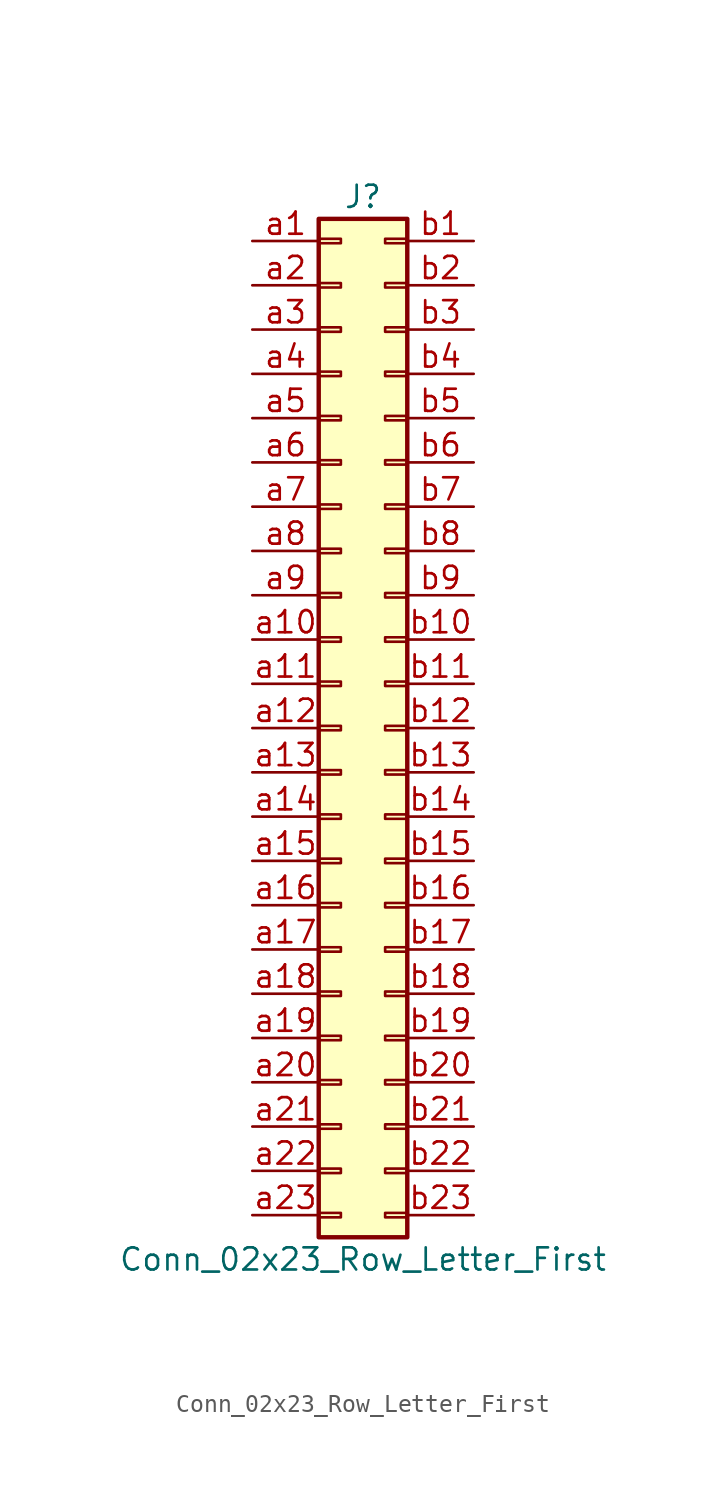
<source format=kicad_sym>
(kicad_symbol_lib
  (version 20220914)
  (generator kicad_symbol_editor)
  (symbol "Conn_02x23_Row_Letter_First"
    (pin_names
      (offset 1.016) hide)
    (property "Reference" "J"
      (at 1.27 30.48 0)
      (effects (font (size 1.27 1.27))))
    (property "Value" "Conn_02x23_Row_Letter_First"
      (at 1.27 -30.48 0)
      (effects (font (size 1.27 1.27))))
    (symbol "Conn_02x23_Row_Letter_First_1_1"
      (rectangle (start -1.27 -27.813) (end 0 -28.067) (stroke (width 0.152) (type solid)) (fill (type none)))
      (rectangle (start -1.27 -25.273) (end 0 -25.527) (stroke (width 0.152) (type solid)) (fill (type none)))
      (rectangle (start -1.27 -22.733) (end 0 -22.987) (stroke (width 0.152) (type solid)) (fill (type none)))
      (rectangle (start -1.27 -20.193) (end 0 -20.447) (stroke (width 0.152) (type solid)) (fill (type none)))
      (rectangle (start -1.27 -17.653) (end 0 -17.907) (stroke (width 0.152) (type solid)) (fill (type none)))
      (rectangle (start -1.27 -15.113) (end 0 -15.367) (stroke (width 0.152) (type solid)) (fill (type none)))
      (rectangle (start -1.27 -12.573) (end 0 -12.827) (stroke (width 0.152) (type solid)) (fill (type none)))
      (rectangle (start -1.27 -10.033) (end 0 -10.287) (stroke (width 0.152) (type solid)) (fill (type none)))
      (rectangle (start -1.27 -7.493) (end 0 -7.747) (stroke (width 0.152) (type solid)) (fill (type none)))
      (rectangle (start -1.27 -4.953) (end 0 -5.207) (stroke (width 0.152) (type solid)) (fill (type none)))
      (rectangle (start -1.27 -2.413) (end 0 -2.667) (stroke (width 0.152) (type solid)) (fill (type none)))
      (rectangle (start -1.27 0.127) (end 0 -0.127) (stroke (width 0.152) (type solid)) (fill (type none)))
      (rectangle (start -1.27 2.667) (end 0 2.413) (stroke (width 0.152) (type solid)) (fill (type none)))
      (rectangle (start -1.27 5.207) (end 0 4.953) (stroke (width 0.152) (type solid)) (fill (type none)))
      (rectangle (start -1.27 7.747) (end 0 7.493) (stroke (width 0.152) (type solid)) (fill (type none)))
      (rectangle (start -1.27 10.287) (end 0 10.033) (stroke (width 0.152) (type solid)) (fill (type none)))
      (rectangle (start -1.27 12.827) (end 0 12.573) (stroke (width 0.152) (type solid)) (fill (type none)))
      (rectangle (start -1.27 15.367) (end 0 15.113) (stroke (width 0.152) (type solid)) (fill (type none)))
      (rectangle (start -1.27 17.907) (end 0 17.653) (stroke (width 0.152) (type solid)) (fill (type none)))
      (rectangle (start -1.27 20.447) (end 0 20.193) (stroke (width 0.152) (type solid)) (fill (type none)))
      (rectangle (start -1.27 22.987) (end 0 22.733) (stroke (width 0.152) (type solid)) (fill (type none)))
      (rectangle (start -1.27 25.527) (end 0 25.273) (stroke (width 0.152) (type solid)) (fill (type none)))
      (rectangle (start -1.27 28.067) (end 0 27.813) (stroke (width 0.152) (type solid)) (fill (type none)))
      (rectangle (start -1.27 29.21) (end 3.81 -29.21) (stroke (width 0.254) (type solid)) (fill (type background)))
      (rectangle (start 3.81 -27.813) (end 2.54 -28.067) (stroke (width 0.152) (type solid)) (fill (type none)))
      (rectangle (start 3.81 -25.273) (end 2.54 -25.527) (stroke (width 0.152) (type solid)) (fill (type none)))
      (rectangle (start 3.81 -22.733) (end 2.54 -22.987) (stroke (width 0.152) (type solid)) (fill (type none)))
      (rectangle (start 3.81 -20.193) (end 2.54 -20.447) (stroke (width 0.152) (type solid)) (fill (type none)))
      (rectangle (start 3.81 -17.653) (end 2.54 -17.907) (stroke (width 0.152) (type solid)) (fill (type none)))
      (rectangle (start 3.81 -15.113) (end 2.54 -15.367) (stroke (width 0.152) (type solid)) (fill (type none)))
      (rectangle (start 3.81 -12.573) (end 2.54 -12.827) (stroke (width 0.152) (type solid)) (fill (type none)))
      (rectangle (start 3.81 -10.033) (end 2.54 -10.287) (stroke (width 0.152) (type solid)) (fill (type none)))
      (rectangle (start 3.81 -7.493) (end 2.54 -7.747) (stroke (width 0.152) (type solid)) (fill (type none)))
      (rectangle (start 3.81 -4.953) (end 2.54 -5.207) (stroke (width 0.152) (type solid)) (fill (type none)))
      (rectangle (start 3.81 -2.413) (end 2.54 -2.667) (stroke (width 0.152) (type solid)) (fill (type none)))
      (rectangle (start 3.81 0.127) (end 2.54 -0.127) (stroke (width 0.152) (type solid)) (fill (type none)))
      (rectangle (start 3.81 2.667) (end 2.54 2.413) (stroke (width 0.152) (type solid)) (fill (type none)))
      (rectangle (start 3.81 5.207) (end 2.54 4.953) (stroke (width 0.152) (type solid)) (fill (type none)))
      (rectangle (start 3.81 7.747) (end 2.54 7.493) (stroke (width 0.152) (type solid)) (fill (type none)))
      (rectangle (start 3.81 10.287) (end 2.54 10.033) (stroke (width 0.152) (type solid)) (fill (type none)))
      (rectangle (start 3.81 12.827) (end 2.54 12.573) (stroke (width 0.152) (type solid)) (fill (type none)))
      (rectangle (start 3.81 15.367) (end 2.54 15.113) (stroke (width 0.152) (type solid)) (fill (type none)))
      (rectangle (start 3.81 17.907) (end 2.54 17.653) (stroke (width 0.152) (type solid)) (fill (type none)))
      (rectangle (start 3.81 20.447) (end 2.54 20.193) (stroke (width 0.152) (type solid)) (fill (type none)))
      (rectangle (start 3.81 22.987) (end 2.54 22.733) (stroke (width 0.152) (type solid)) (fill (type none)))
      (rectangle (start 3.81 25.527) (end 2.54 25.273) (stroke (width 0.152) (type solid)) (fill (type none)))
      (rectangle (start 3.81 28.067) (end 2.54 27.813) (stroke (width 0.152) (type solid)) (fill (type none)))
      (pin passive line (at -5.08 27.94 0) (length 3.81) (name "Pin_a1" (effects (font (size 1.27 1.27)))) (number "a1" (effects (font (size 1.27 1.27)))))
      (pin passive line (at -5.08 5.08 0) (length 3.81) (name "Pin_a10" (effects (font (size 1.27 1.27)))) (number "a10" (effects (font (size 1.27 1.27)))))
      (pin passive line (at -5.08 2.54 0) (length 3.81) (name "Pin_a11" (effects (font (size 1.27 1.27)))) (number "a11" (effects (font (size 1.27 1.27)))))
      (pin passive line (at -5.08 0 0) (length 3.81) (name "Pin_a12" (effects (font (size 1.27 1.27)))) (number "a12" (effects (font (size 1.27 1.27)))))
      (pin passive line (at -5.08 -2.54 0) (length 3.81) (name "Pin_a13" (effects (font (size 1.27 1.27)))) (number "a13" (effects (font (size 1.27 1.27)))))
      (pin passive line (at -5.08 -5.08 0) (length 3.81) (name "Pin_a14" (effects (font (size 1.27 1.27)))) (number "a14" (effects (font (size 1.27 1.27)))))
      (pin passive line (at -5.08 -7.62 0) (length 3.81) (name "Pin_a15" (effects (font (size 1.27 1.27)))) (number "a15" (effects (font (size 1.27 1.27)))))
      (pin passive line (at -5.08 -10.16 0) (length 3.81) (name "Pin_a16" (effects (font (size 1.27 1.27)))) (number "a16" (effects (font (size 1.27 1.27)))))
      (pin passive line (at -5.08 -12.7 0) (length 3.81) (name "Pin_a17" (effects (font (size 1.27 1.27)))) (number "a17" (effects (font (size 1.27 1.27)))))
      (pin passive line (at -5.08 -15.24 0) (length 3.81) (name "Pin_a18" (effects (font (size 1.27 1.27)))) (number "a18" (effects (font (size 1.27 1.27)))))
      (pin passive line (at -5.08 -17.78 0) (length 3.81) (name "Pin_a19" (effects (font (size 1.27 1.27)))) (number "a19" (effects (font (size 1.27 1.27)))))
      (pin passive line (at -5.08 25.4 0) (length 3.81) (name "Pin_a2" (effects (font (size 1.27 1.27)))) (number "a2" (effects (font (size 1.27 1.27)))))
      (pin passive line (at -5.08 -20.32 0) (length 3.81) (name "Pin_a20" (effects (font (size 1.27 1.27)))) (number "a20" (effects (font (size 1.27 1.27)))))
      (pin passive line (at -5.08 -22.86 0) (length 3.81) (name "Pin_a21" (effects (font (size 1.27 1.27)))) (number "a21" (effects (font (size 1.27 1.27)))))
      (pin passive line (at -5.08 -25.4 0) (length 3.81) (name "Pin_a22" (effects (font (size 1.27 1.27)))) (number "a22" (effects (font (size 1.27 1.27)))))
      (pin passive line (at -5.08 -27.94 0) (length 3.81) (name "Pin_a23" (effects (font (size 1.27 1.27)))) (number "a23" (effects (font (size 1.27 1.27)))))
      (pin passive line (at -5.08 22.86 0) (length 3.81) (name "Pin_a3" (effects (font (size 1.27 1.27)))) (number "a3" (effects (font (size 1.27 1.27)))))
      (pin passive line (at -5.08 20.32 0) (length 3.81) (name "Pin_a4" (effects (font (size 1.27 1.27)))) (number "a4" (effects (font (size 1.27 1.27)))))
      (pin passive line (at -5.08 17.78 0) (length 3.81) (name "Pin_a5" (effects (font (size 1.27 1.27)))) (number "a5" (effects (font (size 1.27 1.27)))))
      (pin passive line (at -5.08 15.24 0) (length 3.81) (name "Pin_a6" (effects (font (size 1.27 1.27)))) (number "a6" (effects (font (size 1.27 1.27)))))
      (pin passive line (at -5.08 12.7 0) (length 3.81) (name "Pin_a7" (effects (font (size 1.27 1.27)))) (number "a7" (effects (font (size 1.27 1.27)))))
      (pin passive line (at -5.08 10.16 0) (length 3.81) (name "Pin_a8" (effects (font (size 1.27 1.27)))) (number "a8" (effects (font (size 1.27 1.27)))))
      (pin passive line (at -5.08 7.62 0) (length 3.81) (name "Pin_a9" (effects (font (size 1.27 1.27)))) (number "a9" (effects (font (size 1.27 1.27)))))
      (pin passive line (at 7.62 27.94 180) (length 3.81) (name "Pin_b1" (effects (font (size 1.27 1.27)))) (number "b1" (effects (font (size 1.27 1.27)))))
      (pin passive line (at 7.62 5.08 180) (length 3.81) (name "Pin_b10" (effects (font (size 1.27 1.27)))) (number "b10" (effects (font (size 1.27 1.27)))))
      (pin passive line (at 7.62 2.54 180) (length 3.81) (name "Pin_b11" (effects (font (size 1.27 1.27)))) (number "b11" (effects (font (size 1.27 1.27)))))
      (pin passive line (at 7.62 0 180) (length 3.81) (name "Pin_b12" (effects (font (size 1.27 1.27)))) (number "b12" (effects (font (size 1.27 1.27)))))
      (pin passive line (at 7.62 -2.54 180) (length 3.81) (name "Pin_b13" (effects (font (size 1.27 1.27)))) (number "b13" (effects (font (size 1.27 1.27)))))
      (pin passive line (at 7.62 -5.08 180) (length 3.81) (name "Pin_b14" (effects (font (size 1.27 1.27)))) (number "b14" (effects (font (size 1.27 1.27)))))
      (pin passive line (at 7.62 -7.62 180) (length 3.81) (name "Pin_b15" (effects (font (size 1.27 1.27)))) (number "b15" (effects (font (size 1.27 1.27)))))
      (pin passive line (at 7.62 -10.16 180) (length 3.81) (name "Pin_b16" (effects (font (size 1.27 1.27)))) (number "b16" (effects (font (size 1.27 1.27)))))
      (pin passive line (at 7.62 -12.7 180) (length 3.81) (name "Pin_b17" (effects (font (size 1.27 1.27)))) (number "b17" (effects (font (size 1.27 1.27)))))
      (pin passive line (at 7.62 -15.24 180) (length 3.81) (name "Pin_b18" (effects (font (size 1.27 1.27)))) (number "b18" (effects (font (size 1.27 1.27)))))
      (pin passive line (at 7.62 -17.78 180) (length 3.81) (name "Pin_b19" (effects (font (size 1.27 1.27)))) (number "b19" (effects (font (size 1.27 1.27)))))
      (pin passive line (at 7.62 25.4 180) (length 3.81) (name "Pin_b2" (effects (font (size 1.27 1.27)))) (number "b2" (effects (font (size 1.27 1.27)))))
      (pin passive line (at 7.62 -20.32 180) (length 3.81) (name "Pin_b20" (effects (font (size 1.27 1.27)))) (number "b20" (effects (font (size 1.27 1.27)))))
      (pin passive line (at 7.62 -22.86 180) (length 3.81) (name "Pin_b21" (effects (font (size 1.27 1.27)))) (number "b21" (effects (font (size 1.27 1.27)))))
      (pin passive line (at 7.62 -25.4 180) (length 3.81) (name "Pin_b22" (effects (font (size 1.27 1.27)))) (number "b22" (effects (font (size 1.27 1.27)))))
      (pin passive line (at 7.62 -27.94 180) (length 3.81) (name "Pin_b23" (effects (font (size 1.27 1.27)))) (number "b23" (effects (font (size 1.27 1.27)))))
      (pin passive line (at 7.62 22.86 180) (length 3.81) (name "Pin_b3" (effects (font (size 1.27 1.27)))) (number "b3" (effects (font (size 1.27 1.27)))))
      (pin passive line (at 7.62 20.32 180) (length 3.81) (name "Pin_b4" (effects (font (size 1.27 1.27)))) (number "b4" (effects (font (size 1.27 1.27)))))
      (pin passive line (at 7.62 17.78 180) (length 3.81) (name "Pin_b5" (effects (font (size 1.27 1.27)))) (number "b5" (effects (font (size 1.27 1.27)))))
      (pin passive line (at 7.62 15.24 180) (length 3.81) (name "Pin_b6" (effects (font (size 1.27 1.27)))) (number "b6" (effects (font (size 1.27 1.27)))))
      (pin passive line (at 7.62 12.7 180) (length 3.81) (name "Pin_b7" (effects (font (size 1.27 1.27)))) (number "b7" (effects (font (size 1.27 1.27)))))
      (pin passive line (at 7.62 10.16 180) (length 3.81) (name "Pin_b8" (effects (font (size 1.27 1.27)))) (number "b8" (effects (font (size 1.27 1.27)))))
      (pin passive line (at 7.62 7.62 180) (length 3.81) (name "Pin_b9" (effects (font (size 1.27 1.27)))) (number "b9" (effects (font (size 1.27 1.27))))))))
</source>
